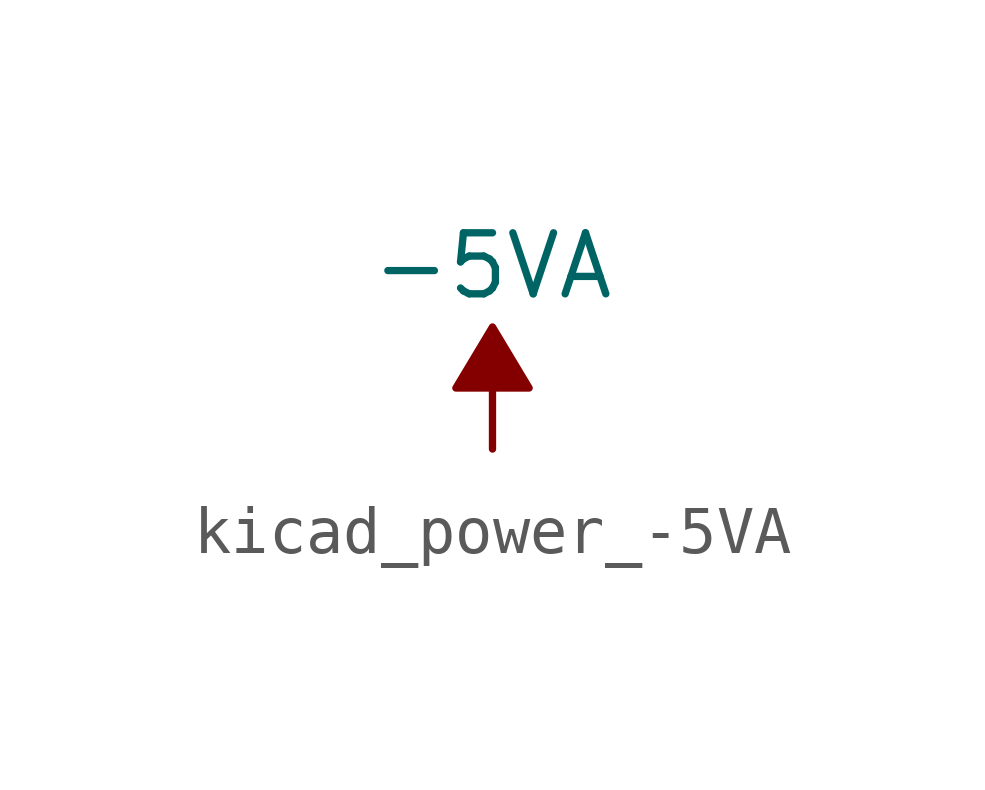
<source format=kicad_sym>
(kicad_symbol_lib
  (version 20220914)
  (generator kicad_symbol_editor)
  (symbol "kicad_power_-5VA"
    (power)
    (pin_names
      (offset 0))
    (property "Reference" "#PWR"
      (at 0 2.54 0)
      (effects (font (size 1.27 1.27)) hide))
    (property "Value" "-5VA"
      (at 0 3.81 0)
      (effects (font (size 1.27 1.27))))
    (symbol "kicad_power_-5VA_0_0"
      (pin power_in line (at 0 0 90) (length 0) hide (name "-5VA" (effects (font (size 1.27 1.27)))) (number "1" (effects (font (size 1.27 1.27))))))
    (symbol "kicad_power_-5VA_0_1"
      (polyline (pts (xy 0 0) (xy 0 1.27) (xy 0.762 1.27) (xy 0 2.54) (xy -0.762 1.27) (xy 0 1.27)) (stroke (width 0) (type default)) (fill (type outline))))))
</source>
